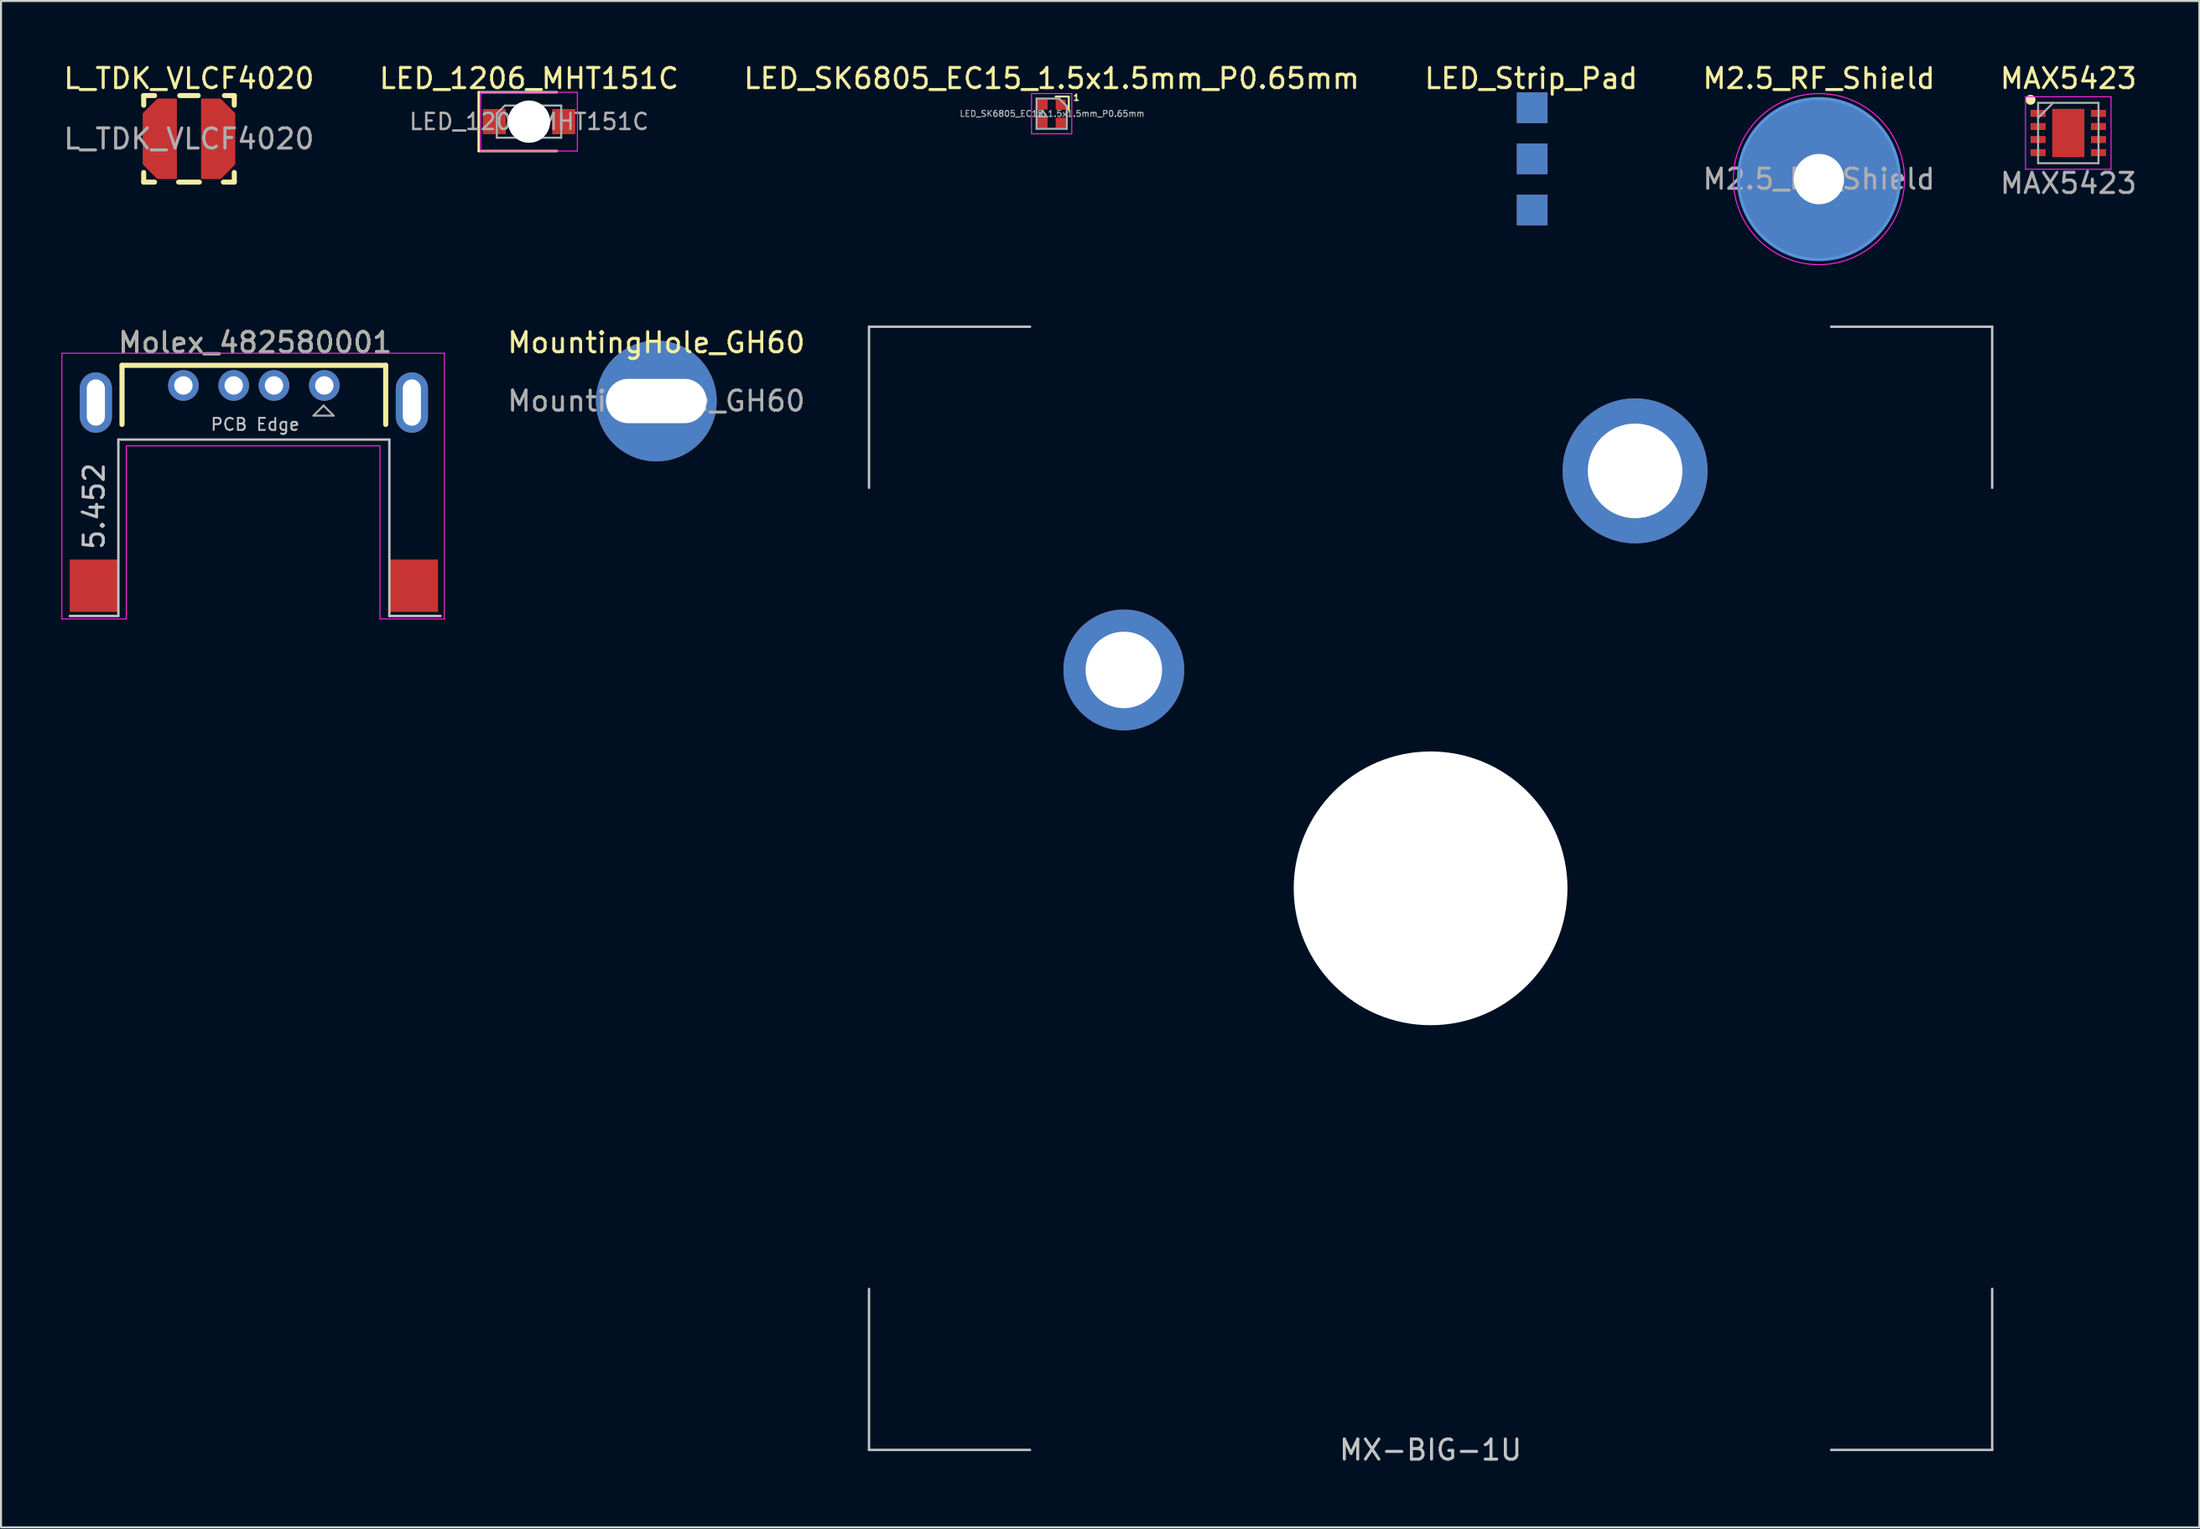
<source format=kicad_pcb>
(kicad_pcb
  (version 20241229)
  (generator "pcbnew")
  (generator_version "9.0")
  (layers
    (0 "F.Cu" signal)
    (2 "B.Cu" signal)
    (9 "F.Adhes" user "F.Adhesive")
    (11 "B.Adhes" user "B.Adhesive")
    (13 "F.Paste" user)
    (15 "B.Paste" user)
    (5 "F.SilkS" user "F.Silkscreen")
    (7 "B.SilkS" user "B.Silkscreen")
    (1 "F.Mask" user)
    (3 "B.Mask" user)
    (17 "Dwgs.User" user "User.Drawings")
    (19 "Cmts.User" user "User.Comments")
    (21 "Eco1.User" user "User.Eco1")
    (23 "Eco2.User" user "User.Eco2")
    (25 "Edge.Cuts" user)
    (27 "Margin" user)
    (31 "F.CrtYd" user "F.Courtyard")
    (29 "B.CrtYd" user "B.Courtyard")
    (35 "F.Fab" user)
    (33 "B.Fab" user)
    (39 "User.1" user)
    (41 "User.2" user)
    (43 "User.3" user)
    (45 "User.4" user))
  (footprint "LED_Strip_Pad"
    (layer "F.Cu")
    (at 73.043 4.836)
    (property "Reference" "LED_Strip_Pad" (at -0.025 -3.988 0) (layer "F.SilkS") (effects (font (size 1 1) (thickness 0.15))))
    (attr through_hole)
    (pad "1" smd rect (at 0.027 -2.533) (size 1.524 1.524) (layers "F.Cu" "F.Mask" "F.Paste"))
    (pad "1" smd rect (at 0.027 2.547) (size 1.524 1.524) (layers "B.Cu" "B.Mask" "B.Paste"))
    (pad "2" smd rect (at 0.027 0.007) (size 1.524 1.524) (layers "F.Cu" "F.Mask" "F.Paste"))
    (pad "2" smd rect (at 0.027 0.007) (size 1.524 1.524) (layers "B.Cu" "B.Mask" "B.Paste"))
    (pad "3" smd rect (at 0.027 -2.533) (size 1.524 1.524) (layers "B.Cu" "B.Mask" "B.Paste"))
    (pad "3" smd rect (at 0.027 2.547) (size 1.524 1.524) (layers "F.Cu" "F.Mask" "F.Paste")))
  (footprint "Molex_482580001"
    (layer "F.Cu")
    (at 9.562 22.099)
    (property "Reference" "Molex_482580001" (at 0.064 -8.128 0) (layer "F.SilkS") (effects (font (size 1 1) (thickness 0.15))))
    (attr smd)
    (fp_line (start -6.55 -7) (end 6.55 -7) (stroke (width 0.254) (type solid)) (layer "F.SilkS"))
    (fp_line (start -6.55 -4.064) (end -6.55 -7) (stroke (width 0.254) (type solid)) (layer "F.SilkS"))
    (fp_line (start 6.55 -7) (end 6.55 -4.064) (stroke (width 0.254) (type solid)) (layer "F.SilkS"))
    (fp_line (start -9.144 5.452) (end -6.731 5.452) (stroke (width 0.12) (type solid)) (layer "Dwgs.User"))
    (fp_line (start -6.731 -3.311) (end 6.731 -3.311) (stroke (width 0.12) (type solid)) (layer "Dwgs.User"))
    (fp_line (start -6.731 5.452) (end -6.731 -3.311) (stroke (width 0.12) (type solid)) (layer "Dwgs.User"))
    (fp_line (start 6.731 -3.311) (end 6.731 5.452) (stroke (width 0.12) (type solid)) (layer "Dwgs.User"))
    (fp_line (start 6.731 5.452) (end 9.271 5.452) (stroke (width 0.12) (type solid)) (layer "Dwgs.User"))
    (fp_line (start -9.537 5.6) (end -9.537 -7.6) (stroke (width 0.05) (type solid)) (layer "F.CrtYd"))
    (fp_line (start -9.537 5.6) (end -6.337 5.6) (stroke (width 0.05) (type solid)) (layer "F.CrtYd"))
    (fp_line (start -6.337 5.6) (end -6.337 -3) (stroke (width 0.05) (type solid)) (layer "F.CrtYd"))
    (fp_line (start 6.263 -3) (end -6.337 -3) (stroke (width 0.05) (type solid)) (layer "F.CrtYd"))
    (fp_line (start 6.263 5.6) (end 6.263 -3) (stroke (width 0.05) (type solid)) (layer "F.CrtYd"))
    (fp_line (start 9.463 -7.6) (end -9.537 -7.6) (stroke (width 0.05) (type solid)) (layer "F.CrtYd"))
    (fp_line (start 9.463 5.6) (end 6.263 5.6) (stroke (width 0.05) (type solid)) (layer "F.CrtYd"))
    (fp_line (start 9.463 5.6) (end 9.463 -7.6) (stroke (width 0.05) (type solid)) (layer "F.CrtYd"))
    (fp_line (start 3.463 -5) (end 2.963 -4.5) (stroke (width 0.1) (type solid)) (layer "F.Fab"))
    (fp_line (start 3.463 -5) (end 3.963 -4.5) (stroke (width 0.1) (type solid)) (layer "F.Fab"))
    (fp_line (start 3.963 -4.5) (end 2.963 -4.5) (stroke (width 0.1) (type solid)) (layer "F.Fab"))
    (fp_text user "PCB Edge" (at 0.064 -4.064 0) (layer "Dwgs.User") (effects (font (size 0.6 0.6) (thickness 0.09))))
    (fp_text user "5.452" (at -7.936 0 90) (unlocked yes) (layer "Dwgs.User") (effects (font (size 1 1) (thickness 0.15))))
    (fp_text user "${REFERENCE}" (at 0.064 -8.128 180) (layer "F.Fab") (effects (font (size 1 1) (thickness 0.15))))
    (pad "1" thru_hole circle (at 3.5 -6) (size 1.524 1.524) (drill 0.914) (layers "*.Cu" "*.Mask"))
    (pad "2" thru_hole circle (at 1 -6) (size 1.524 1.524) (drill 0.914) (layers "*.Cu" "*.Mask"))
    (pad "3" thru_hole circle (at -1 -6) (size 1.524 1.524) (drill 0.914) (layers "*.Cu" "*.Mask"))
    (pad "4" thru_hole circle (at -3.5 -6) (size 1.524 1.524) (drill 0.914) (layers "*.Cu" "*.Mask"))
    (pad "5" thru_hole oval (at -7.85 -5.15) (size 1.6 3) (drill oval 0.9 2.3) (layers "*.Cu" "*.Mask"))
    (pad "6" thru_hole oval (at 7.85 -5.15) (size 1.6 3) (drill oval 0.9 2.3) (layers "*.Cu" "*.Mask"))
    (pad "7" smd rect (at -7.95 3.95) (size 2.4 2.6) (layers "F.Cu" "F.Mask" "F.Paste"))
    (pad "8" smd rect (at 7.95 3.95) (size 2.4 2.6) (layers "F.Cu" "F.Mask" "F.Paste")))
  (footprint "MountingHole_GH60"
    (layer "F.Cu")
    (at 29.556 16.872)
    (property "Reference" "MountingHole_GH60" (at 0 -2.9 0) (layer "F.SilkS") (effects (font (size 1 1) (thickness 0.15))))
    (attr exclude_from_pos_files exclude_from_bom)
    (fp_text user "${REFERENCE}" (at 0 0 0) (layer "F.Fab") (effects (font (size 1 1) (thickness 0.15))))
    (pad "1" thru_hole circle (at 0 0) (size 6 6) (drill oval 5 2.2) (layers "*.Cu" "*.Mask")))
  (footprint "L_TDK_VLCF4020"
    (layer "F.Cu")
    (at 6.339 3.848)
    (property "Reference" "L_TDK_VLCF4020" (at 0 -3 0) (layer "F.SilkS") (effects (font (size 1 1) (thickness 0.15))))
    (attr smd)
    (fp_line (start -2.25 -1.67) (end -2.25 -2.15) (stroke (width 0.25) (type solid)) (layer "F.SilkS"))
    (fp_line (start -2.25 1.67) (end -2.25 2.15) (stroke (width 0.25) (type solid)) (layer "F.SilkS"))
    (fp_line (start -1.71 -2.15) (end -2.25 -2.15) (stroke (width 0.25) (type solid)) (layer "F.SilkS"))
    (fp_line (start -1.71 2.15) (end -2.25 2.15) (stroke (width 0.25) (type solid)) (layer "F.SilkS"))
    (fp_line (start -0.515 2.15) (end 0.515 2.15) (stroke (width 0.25) (type solid)) (layer "F.SilkS"))
    (fp_line (start -0.46 -2.15) (end 0.46 -2.15) (stroke (width 0.25) (type solid)) (layer "F.SilkS"))
    (fp_line (start 1.71 2.15) (end 2.25 2.15) (stroke (width 0.25) (type solid)) (layer "F.SilkS"))
    (fp_line (start 1.76 -2.15) (end 2.25 -2.15) (stroke (width 0.25) (type solid)) (layer "F.SilkS"))
    (fp_line (start 2.25 -1.67) (end 2.25 -2.15) (stroke (width 0.25) (type solid)) (layer "F.SilkS"))
    (fp_line (start 2.25 1.67) (end 2.25 2.15) (stroke (width 0.25) (type solid)) (layer "F.SilkS"))
    (fp_text user "${REFERENCE}" (at 0 0 0) (layer "F.Fab") (effects (font (size 1 1) (thickness 0.15))))
    (pad "1" smd custom (at -1.45 0) (size 1 1) (layers "F.Cu" "F.Mask" "F.Paste") (options (anchor circle)) (primitives (gr_poly (pts (xy 0.8 -1.95) (xy 0.8 1.95) (xy -0.1 1.95) (xy -0.8 1.25) (xy -0.8 -1.25) (xy -0.1 -1.95)) (width 0.1) (fill yes))))
    (pad "2" smd custom (at 1.45 0) (size 1 1) (layers "F.Cu" "F.Mask" "F.Paste") (options (anchor circle)) (primitives (gr_poly (pts (xy -0.8 1.95) (xy -0.8 -1.95) (xy 0.1 -1.95) (xy 0.8 -1.25) (xy 0.8 1.25) (xy 0.1 1.95)) (width 0.1) (fill yes)))))
  (footprint "MAX5423"
    (layer "F.Cu")
    (at 99.708 3.558)
    (property "Reference" "MAX5423" (at 0 -2.71 0) (unlocked yes) (layer "F.SilkS") (effects (font (size 1 1) (thickness 0.15))))
    (attr smd)
    (fp_circle (center -1.88 -1.65) (end -1.88 -1.525) (stroke (width 0.25) (type solid)) (fill no) (layer "F.SilkS"))
    (fp_line (start -2.13 -1.8) (end 2.12 -1.8) (stroke (width 0.05) (type solid)) (layer "F.CrtYd"))
    (fp_line (start -2.13 1.8) (end -2.13 -1.8) (stroke (width 0.05) (type solid)) (layer "F.CrtYd"))
    (fp_line (start 2.12 -1.8) (end 2.12 1.8) (stroke (width 0.05) (type solid)) (layer "F.CrtYd"))
    (fp_line (start 2.12 1.8) (end -2.13 1.8) (stroke (width 0.05) (type solid)) (layer "F.CrtYd"))
    (fp_line (start -1.505 -1.5) (end 1.495 -1.5) (stroke (width 0.1) (type solid)) (layer "F.Fab"))
    (fp_line (start -1.505 -0.75) (end -0.755 -1.5) (stroke (width 0.1) (type solid)) (layer "F.Fab"))
    (fp_line (start -1.505 1.5) (end -1.505 -1.5) (stroke (width 0.1) (type solid)) (layer "F.Fab"))
    (fp_line (start 1.495 -1.5) (end 1.495 1.5) (stroke (width 0.1) (type solid)) (layer "F.Fab"))
    (fp_line (start 1.495 1.5) (end -1.505 1.5) (stroke (width 0.1) (type solid)) (layer "F.Fab"))
    (fp_text user "${REFERENCE}" (at 0 2.5 0) (unlocked yes) (layer "F.Fab") (effects (font (size 1 1) (thickness 0.15))))
    (pad "1" smd rect (at -1.505 -0.975 90) (size 0.35 0.75) (layers "F.Cu" "F.Mask" "F.Paste"))
    (pad "2" smd rect (at -1.505 -0.325 90) (size 0.35 0.75) (layers "F.Cu" "F.Mask" "F.Paste"))
    (pad "3" smd rect (at -1.505 0.325 90) (size 0.35 0.75) (layers "F.Cu" "F.Mask" "F.Paste"))
    (pad "4" smd rect (at -1.505 0.975 90) (size 0.35 0.75) (layers "F.Cu" "F.Mask" "F.Paste"))
    (pad "5" smd rect (at 1.495 0.975 90) (size 0.35 0.75) (layers "F.Cu" "F.Mask" "F.Paste"))
    (pad "6" smd rect (at 1.495 0.325 90) (size 0.35 0.75) (layers "F.Cu" "F.Mask" "F.Paste"))
    (pad "7" smd rect (at 1.495 -0.325 90) (size 0.35 0.75) (layers "F.Cu" "F.Mask" "F.Paste"))
    (pad "8" smd rect (at 1.495 -0.975 90) (size 0.35 0.75) (layers "F.Cu" "F.Mask" "F.Paste"))
    (pad "9" smd rect (at -0.005 0) (size 1.6 2.4) (layers "F.Cu" "F.Mask" "F.Paste")))
  (footprint "LED_SK6805_EC15_1.5x1.5mm_P0.65mm"
    (layer "F.Cu")
    (at 49.196 2.598)
    (property "Reference" "LED_SK6805_EC15_1.5x1.5mm_P0.65mm" (at 0 -1.75 0) (layer "F.SilkS") (effects (font (size 1 1) (thickness 0.15))))
    (attr smd)
    (fp_line (start 0.85 -0.85) (end 0.2 -0.85) (stroke (width 0.1) (type solid)) (layer "F.SilkS"))
    (fp_line (start 0.85 -0.2) (end 0.85 -0.85) (stroke (width 0.1) (type solid)) (layer "F.SilkS"))
    (fp_line (start -1 -1) (end 1 -1) (stroke (width 0.05) (type solid)) (layer "F.CrtYd"))
    (fp_line (start -1 1) (end -1 -1) (stroke (width 0.05) (type solid)) (layer "F.CrtYd"))
    (fp_line (start 1 -1) (end 1 1) (stroke (width 0.05) (type solid)) (layer "F.CrtYd"))
    (fp_line (start 1 1) (end -1 1) (stroke (width 0.05) (type solid)) (layer "F.CrtYd"))
    (fp_line (start -0.75 -0.75) (end 0.375 -0.75) (stroke (width 0.1) (type solid)) (layer "F.Fab"))
    (fp_line (start -0.75 0.75) (end -0.75 -0.75) (stroke (width 0.1) (type solid)) (layer "F.Fab"))
    (fp_line (start 0.375 -0.75) (end 0.75 -0.375) (stroke (width 0.1) (type solid)) (layer "F.Fab"))
    (fp_line (start 0.75 -0.375) (end 0.75 0.75) (stroke (width 0.1) (type solid)) (layer "F.Fab"))
    (fp_line (start 0.75 0.75) (end -0.75 0.75) (stroke (width 0.1) (type solid)) (layer "F.Fab"))
    (fp_poly (pts (xy -0.249 0.144) (xy -0.449 -0.156) (xy -0.649 0.144)) (stroke (width 0.1) (type solid)) (fill no) (layer "F.Fab"))
    (fp_text user "1" (at 1.23 -0.8 0) (layer "F.SilkS") (effects (font (size 0.3 0.3) (thickness 0.075))))
    (fp_text user "${REFERENCE}" (at 0.025 0 0) (layer "F.Fab") (effects (font (size 0.3 0.3) (thickness 0.05))))
    (pad "1" smd rect (at 0.45 -0.45) (size 0.5 0.5) (layers "F.Cu" "F.Mask" "F.Paste"))
    (pad "2" smd rect (at -0.45 -0.45) (size 0.5 0.5) (layers "F.Cu" "F.Mask" "F.Paste"))
    (pad "3" smd rect (at -0.45 0.45) (size 0.5 0.5) (layers "F.Cu" "F.Mask" "F.Paste"))
    (pad "4" smd rect (at 0.45 0.45) (size 0.5 0.5) (layers "F.Cu" "F.Mask" "F.Paste")))
  (footprint "MX-BIG-1U"
    (layer "F.Cu")
    (at 68.022 41.083)
    (property "Reference" "MX-BIG-1U" (at 0 27.9 0) (layer "Dwgs.User") (effects (font (size 1 1) (thickness 0.15))))
    (attr through_hole)
    (fp_line (start -27.9 -19.9) (end -27.9 -27.9) (stroke (width 0.12) (type solid)) (layer "Dwgs.User"))
    (fp_line (start -27.9 19.9) (end -27.9 27.9) (stroke (width 0.12) (type solid)) (layer "Dwgs.User"))
    (fp_line (start -19.9 -27.9) (end -27.9 -27.9) (stroke (width 0.12) (type solid)) (layer "Dwgs.User"))
    (fp_line (start -19.9 27.9) (end -27.9 27.9) (stroke (width 0.12) (type solid)) (layer "Dwgs.User"))
    (fp_line (start 19.9 -27.9) (end 27.9 -27.9) (stroke (width 0.12) (type solid)) (layer "Dwgs.User"))
    (fp_line (start 19.9 27.9) (end 27.9 27.9) (stroke (width 0.12) (type solid)) (layer "Dwgs.User"))
    (fp_line (start 27.9 -19.9) (end 27.9 -27.9) (stroke (width 0.12) (type solid)) (layer "Dwgs.User"))
    (fp_line (start 27.9 19.9) (end 27.9 27.9) (stroke (width 0.12) (type solid)) (layer "Dwgs.User"))
    (pad "" np_thru_hole circle (at 0 0) (size 13.6 13.6) (drill 13.6) (layers "*.Cu" "*.Mask"))
    (pad "1" thru_hole circle (at -15.24 -10.85) (size 6 6) (drill 3.8) (layers "*.Cu" "B.Mask"))
    (pad "2" thru_hole circle (at 10.16 -20.74) (size 7.2 7.2) (drill 4.7) (layers "*.Cu" "B.Mask")))
  (footprint "M2.5_RF_Shield"
    (layer "F.Cu")
    (at 87.315 5.848)
    (property "Reference" "M2.5_RF_Shield" (at 0 -5 0) (layer "F.SilkS") (effects (font (size 1 1) (thickness 0.15))))
    (attr exclude_from_pos_files exclude_from_bom)
    (fp_circle (center 0 0) (end 4 0) (stroke (width 0.15) (type solid)) (fill no) (layer "Cmts.User"))
    (fp_circle (center 0 0) (end 4.25 0) (stroke (width 0.05) (type solid)) (fill no) (layer "F.CrtYd"))
    (fp_text user "${REFERENCE}" (at 0 0 0) (layer "F.Fab") (effects (font (size 1 1) (thickness 0.15))))
    (pad "1" thru_hole circle (at 0 0) (size 8 8) (drill 2.5) (layers "*.Cu" "*.Mask")))
  (footprint "LED_1206_MHT151C"
    (layer "F.Cu")
    (at 23.232 2.993)
    (property "Reference" "LED_1206_MHT151C" (at 0 -2.145 0) (layer "F.SilkS") (effects (font (size 1 1) (thickness 0.15))))
    (attr smd)
    (fp_line (start -2.5 -1.46) (end -2.5 1.46) (stroke (width 0.12) (type solid)) (layer "F.SilkS"))
    (fp_line (start -2.5 1.46) (end 1.385 1.46) (stroke (width 0.12) (type solid)) (layer "F.SilkS"))
    (fp_line (start 1.385 -1.46) (end -2.5 -1.46) (stroke (width 0.12) (type solid)) (layer "F.SilkS"))
    (fp_line (start -2.4 -1.46) (end 2.4 -1.46) (stroke (width 0.05) (type solid)) (layer "F.CrtYd"))
    (fp_line (start -2.4 1.46) (end -2.4 -1.46) (stroke (width 0.05) (type solid)) (layer "F.CrtYd"))
    (fp_line (start 2.4 -1.46) (end 2.4 1.46) (stroke (width 0.05) (type solid)) (layer "F.CrtYd"))
    (fp_line (start 2.4 1.46) (end -2.4 1.46) (stroke (width 0.05) (type solid)) (layer "F.CrtYd"))
    (fp_line (start -1.6 -0.4) (end -1.6 0.8) (stroke (width 0.1) (type solid)) (layer "F.Fab"))
    (fp_line (start -1.6 0.8) (end 1.6 0.8) (stroke (width 0.1) (type solid)) (layer "F.Fab"))
    (fp_line (start -1.2 -0.8) (end -1.6 -0.4) (stroke (width 0.1) (type solid)) (layer "F.Fab"))
    (fp_line (start 1.6 -0.8) (end -1.2 -0.8) (stroke (width 0.1) (type solid)) (layer "F.Fab"))
    (fp_line (start 1.6 0.8) (end 1.6 -0.8) (stroke (width 0.1) (type solid)) (layer "F.Fab"))
    (fp_text user "${REFERENCE}" (at 0 0 0) (layer "F.Fab") (effects (font (size 0.8 0.8) (thickness 0.12))))
    (pad "" np_thru_hole circle (at 0 0) (size 2.1 2.1) (drill 2.1) (layers "*.Cu" "*.Mask"))
    (pad "1" smd rect (at -1.725 0) (size 1.15 1.25) (layers "F.Cu" "F.Mask" "F.Paste"))
    (pad "2" smd rect (at 1.725 0) (size 1.15 1.25) (layers "F.Cu" "F.Mask" "F.Paste")))
  (gr_rect
    (start -3 -3)
    (end 106.214 72.832)
    (stroke (width 0.1) (type default))
    (fill no)
    (layer "Edge.Cuts")))
</source>
